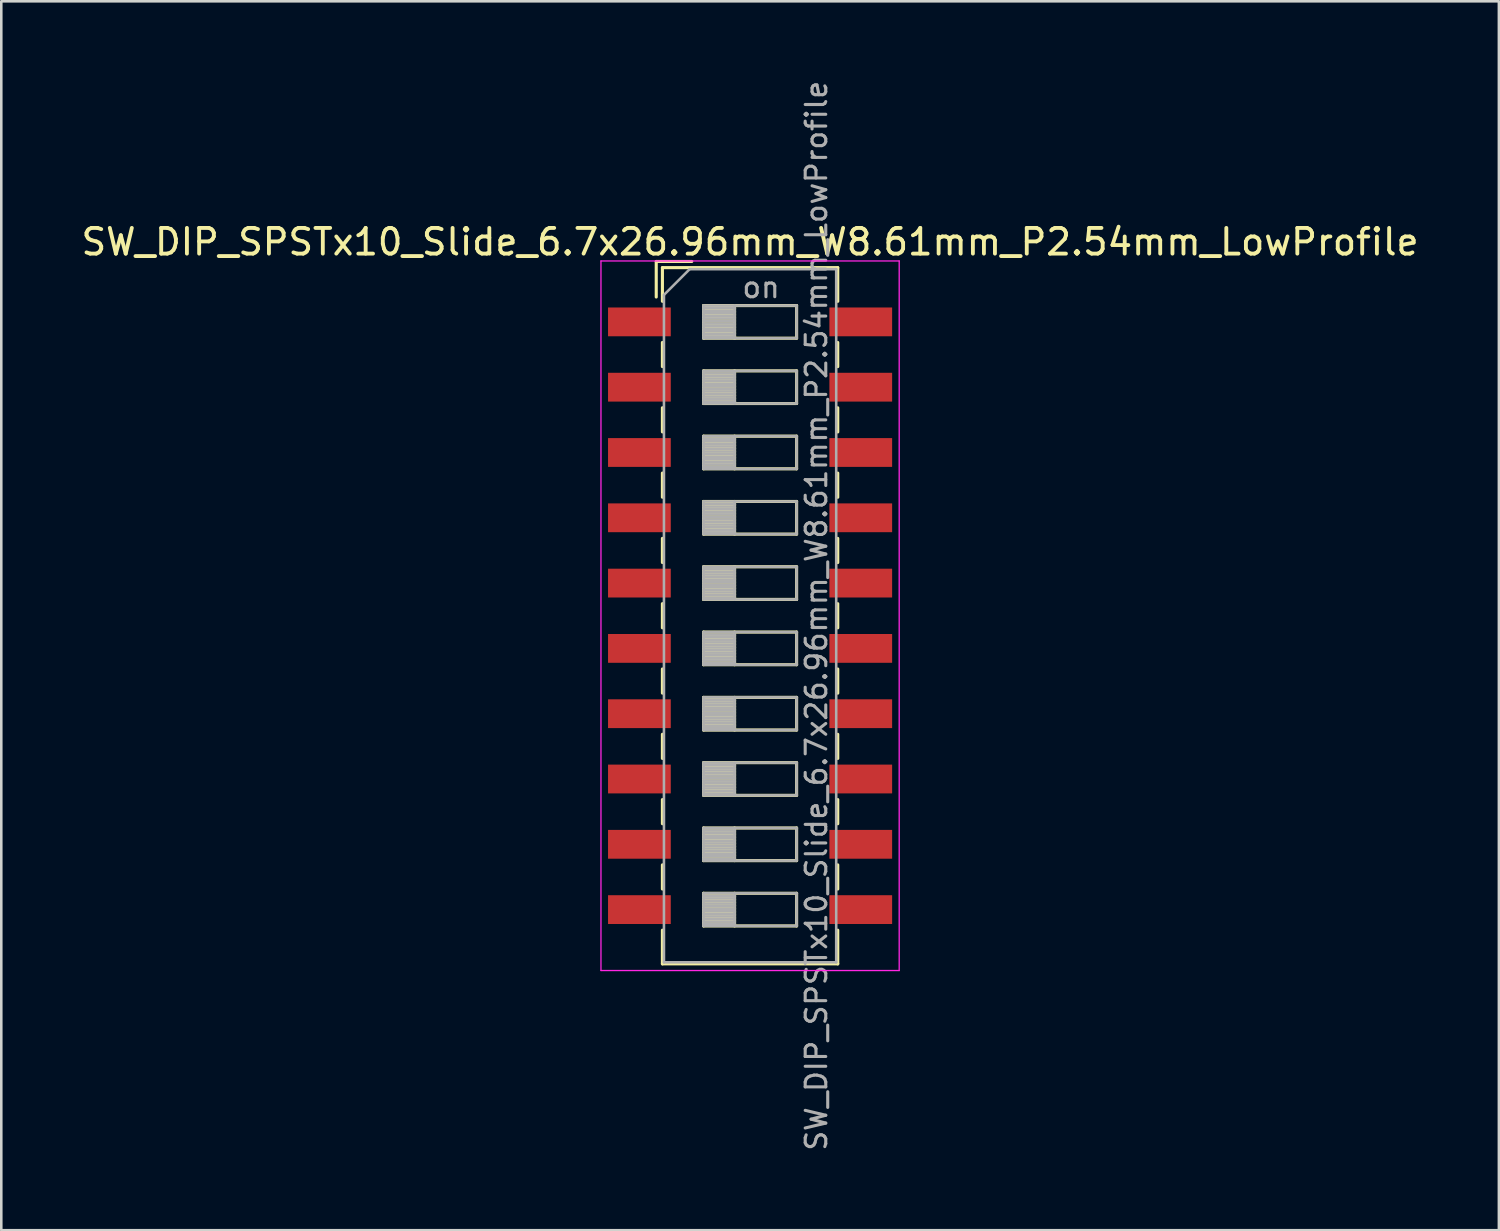
<source format=kicad_pcb>
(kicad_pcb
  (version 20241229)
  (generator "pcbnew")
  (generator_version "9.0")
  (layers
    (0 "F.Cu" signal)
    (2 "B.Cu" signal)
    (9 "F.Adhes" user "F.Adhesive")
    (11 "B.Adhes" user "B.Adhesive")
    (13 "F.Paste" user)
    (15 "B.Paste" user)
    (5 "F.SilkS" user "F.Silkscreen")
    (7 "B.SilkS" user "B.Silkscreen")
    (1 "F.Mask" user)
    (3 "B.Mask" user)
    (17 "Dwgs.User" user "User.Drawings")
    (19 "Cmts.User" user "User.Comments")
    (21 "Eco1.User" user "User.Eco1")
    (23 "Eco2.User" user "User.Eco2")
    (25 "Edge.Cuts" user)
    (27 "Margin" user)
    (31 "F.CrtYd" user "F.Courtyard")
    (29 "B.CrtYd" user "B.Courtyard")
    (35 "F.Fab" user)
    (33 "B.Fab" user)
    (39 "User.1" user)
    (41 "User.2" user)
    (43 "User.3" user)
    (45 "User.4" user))
  (footprint "SW_DIP_SPSTx10_Slide_6.7x26.96mm_W8.61mm_P2.54mm_LowProfile"
    (layer "F.Cu")
    (at 26.125 20.9)
    (property "Reference" "SW_DIP_SPSTx10_Slide_6.7x26.96mm_W8.61mm_P2.54mm_LowProfile" (at 0 -14.54 0) (layer "F.SilkS") (effects (font (size 1 1) (thickness 0.15))))
    (attr smd)
    (fp_line (start -3.65 -13.78) (end -3.65 -12.397) (stroke (width 0.12) (type solid)) (layer "F.SilkS"))
    (fp_line (start -3.65 -13.78) (end -2.267 -13.78) (stroke (width 0.12) (type solid)) (layer "F.SilkS"))
    (fp_line (start -3.41 -13.54) (end -3.41 -12.23) (stroke (width 0.12) (type solid)) (layer "F.SilkS"))
    (fp_line (start -3.41 -13.54) (end 3.41 -13.54) (stroke (width 0.12) (type solid)) (layer "F.SilkS"))
    (fp_line (start -3.41 -10.63) (end -3.41 -9.69) (stroke (width 0.12) (type solid)) (layer "F.SilkS"))
    (fp_line (start -3.41 -8.09) (end -3.41 -7.15) (stroke (width 0.12) (type solid)) (layer "F.SilkS"))
    (fp_line (start -3.41 -5.55) (end -3.41 -4.61) (stroke (width 0.12) (type solid)) (layer "F.SilkS"))
    (fp_line (start -3.41 -3.01) (end -3.41 -2.07) (stroke (width 0.12) (type solid)) (layer "F.SilkS"))
    (fp_line (start -3.41 -0.47) (end -3.41 0.47) (stroke (width 0.12) (type solid)) (layer "F.SilkS"))
    (fp_line (start -3.41 2.07) (end -3.41 3.01) (stroke (width 0.12) (type solid)) (layer "F.SilkS"))
    (fp_line (start -3.41 4.61) (end -3.41 5.55) (stroke (width 0.12) (type solid)) (layer "F.SilkS"))
    (fp_line (start -3.41 7.15) (end -3.41 8.09) (stroke (width 0.12) (type solid)) (layer "F.SilkS"))
    (fp_line (start -3.41 9.69) (end -3.41 10.63) (stroke (width 0.12) (type solid)) (layer "F.SilkS"))
    (fp_line (start -3.41 12.23) (end -3.41 13.541) (stroke (width 0.12) (type solid)) (layer "F.SilkS"))
    (fp_line (start -3.41 13.541) (end 3.41 13.541) (stroke (width 0.12) (type solid)) (layer "F.SilkS"))
    (fp_line (start -1.81 -12.065) (end -1.81 -10.795) (stroke (width 0.12) (type solid)) (layer "F.SilkS"))
    (fp_line (start -1.81 -11.945) (end -0.603 -11.945) (stroke (width 0.12) (type solid)) (layer "F.SilkS"))
    (fp_line (start -1.81 -11.825) (end -0.603 -11.825) (stroke (width 0.12) (type solid)) (layer "F.SilkS"))
    (fp_line (start -1.81 -11.705) (end -0.603 -11.705) (stroke (width 0.12) (type solid)) (layer "F.SilkS"))
    (fp_line (start -1.81 -11.585) (end -0.603 -11.585) (stroke (width 0.12) (type solid)) (layer "F.SilkS"))
    (fp_line (start -1.81 -11.465) (end -0.603 -11.465) (stroke (width 0.12) (type solid)) (layer "F.SilkS"))
    (fp_line (start -1.81 -11.345) (end -0.603 -11.345) (stroke (width 0.12) (type solid)) (layer "F.SilkS"))
    (fp_line (start -1.81 -11.225) (end -0.603 -11.225) (stroke (width 0.12) (type solid)) (layer "F.SilkS"))
    (fp_line (start -1.81 -11.105) (end -0.603 -11.105) (stroke (width 0.12) (type solid)) (layer "F.SilkS"))
    (fp_line (start -1.81 -10.985) (end -0.603 -10.985) (stroke (width 0.12) (type solid)) (layer "F.SilkS"))
    (fp_line (start -1.81 -10.865) (end -0.603 -10.865) (stroke (width 0.12) (type solid)) (layer "F.SilkS"))
    (fp_line (start -1.81 -10.795) (end 1.81 -10.795) (stroke (width 0.12) (type solid)) (layer "F.SilkS"))
    (fp_line (start -1.81 -9.525) (end -1.81 -8.255) (stroke (width 0.12) (type solid)) (layer "F.SilkS"))
    (fp_line (start -1.81 -9.405) (end -0.603 -9.405) (stroke (width 0.12) (type solid)) (layer "F.SilkS"))
    (fp_line (start -1.81 -9.285) (end -0.603 -9.285) (stroke (width 0.12) (type solid)) (layer "F.SilkS"))
    (fp_line (start -1.81 -9.165) (end -0.603 -9.165) (stroke (width 0.12) (type solid)) (layer "F.SilkS"))
    (fp_line (start -1.81 -9.045) (end -0.603 -9.045) (stroke (width 0.12) (type solid)) (layer "F.SilkS"))
    (fp_line (start -1.81 -8.925) (end -0.603 -8.925) (stroke (width 0.12) (type solid)) (layer "F.SilkS"))
    (fp_line (start -1.81 -8.805) (end -0.603 -8.805) (stroke (width 0.12) (type solid)) (layer "F.SilkS"))
    (fp_line (start -1.81 -8.685) (end -0.603 -8.685) (stroke (width 0.12) (type solid)) (layer "F.SilkS"))
    (fp_line (start -1.81 -8.565) (end -0.603 -8.565) (stroke (width 0.12) (type solid)) (layer "F.SilkS"))
    (fp_line (start -1.81 -8.445) (end -0.603 -8.445) (stroke (width 0.12) (type solid)) (layer "F.SilkS"))
    (fp_line (start -1.81 -8.325) (end -0.603 -8.325) (stroke (width 0.12) (type solid)) (layer "F.SilkS"))
    (fp_line (start -1.81 -8.255) (end 1.81 -8.255) (stroke (width 0.12) (type solid)) (layer "F.SilkS"))
    (fp_line (start -1.81 -6.985) (end -1.81 -5.715) (stroke (width 0.12) (type solid)) (layer "F.SilkS"))
    (fp_line (start -1.81 -6.865) (end -0.603 -6.865) (stroke (width 0.12) (type solid)) (layer "F.SilkS"))
    (fp_line (start -1.81 -6.745) (end -0.603 -6.745) (stroke (width 0.12) (type solid)) (layer "F.SilkS"))
    (fp_line (start -1.81 -6.625) (end -0.603 -6.625) (stroke (width 0.12) (type solid)) (layer "F.SilkS"))
    (fp_line (start -1.81 -6.505) (end -0.603 -6.505) (stroke (width 0.12) (type solid)) (layer "F.SilkS"))
    (fp_line (start -1.81 -6.385) (end -0.603 -6.385) (stroke (width 0.12) (type solid)) (layer "F.SilkS"))
    (fp_line (start -1.81 -6.265) (end -0.603 -6.265) (stroke (width 0.12) (type solid)) (layer "F.SilkS"))
    (fp_line (start -1.81 -6.145) (end -0.603 -6.145) (stroke (width 0.12) (type solid)) (layer "F.SilkS"))
    (fp_line (start -1.81 -6.025) (end -0.603 -6.025) (stroke (width 0.12) (type solid)) (layer "F.SilkS"))
    (fp_line (start -1.81 -5.905) (end -0.603 -5.905) (stroke (width 0.12) (type solid)) (layer "F.SilkS"))
    (fp_line (start -1.81 -5.785) (end -0.603 -5.785) (stroke (width 0.12) (type solid)) (layer "F.SilkS"))
    (fp_line (start -1.81 -5.715) (end 1.81 -5.715) (stroke (width 0.12) (type solid)) (layer "F.SilkS"))
    (fp_line (start -1.81 -4.445) (end -1.81 -3.175) (stroke (width 0.12) (type solid)) (layer "F.SilkS"))
    (fp_line (start -1.81 -4.325) (end -0.603 -4.325) (stroke (width 0.12) (type solid)) (layer "F.SilkS"))
    (fp_line (start -1.81 -4.205) (end -0.603 -4.205) (stroke (width 0.12) (type solid)) (layer "F.SilkS"))
    (fp_line (start -1.81 -4.085) (end -0.603 -4.085) (stroke (width 0.12) (type solid)) (layer "F.SilkS"))
    (fp_line (start -1.81 -3.965) (end -0.603 -3.965) (stroke (width 0.12) (type solid)) (layer "F.SilkS"))
    (fp_line (start -1.81 -3.845) (end -0.603 -3.845) (stroke (width 0.12) (type solid)) (layer "F.SilkS"))
    (fp_line (start -1.81 -3.725) (end -0.603 -3.725) (stroke (width 0.12) (type solid)) (layer "F.SilkS"))
    (fp_line (start -1.81 -3.605) (end -0.603 -3.605) (stroke (width 0.12) (type solid)) (layer "F.SilkS"))
    (fp_line (start -1.81 -3.485) (end -0.603 -3.485) (stroke (width 0.12) (type solid)) (layer "F.SilkS"))
    (fp_line (start -1.81 -3.365) (end -0.603 -3.365) (stroke (width 0.12) (type solid)) (layer "F.SilkS"))
    (fp_line (start -1.81 -3.245) (end -0.603 -3.245) (stroke (width 0.12) (type solid)) (layer "F.SilkS"))
    (fp_line (start -1.81 -3.175) (end 1.81 -3.175) (stroke (width 0.12) (type solid)) (layer "F.SilkS"))
    (fp_line (start -1.81 -1.905) (end -1.81 -0.635) (stroke (width 0.12) (type solid)) (layer "F.SilkS"))
    (fp_line (start -1.81 -1.785) (end -0.603 -1.785) (stroke (width 0.12) (type solid)) (layer "F.SilkS"))
    (fp_line (start -1.81 -1.665) (end -0.603 -1.665) (stroke (width 0.12) (type solid)) (layer "F.SilkS"))
    (fp_line (start -1.81 -1.545) (end -0.603 -1.545) (stroke (width 0.12) (type solid)) (layer "F.SilkS"))
    (fp_line (start -1.81 -1.425) (end -0.603 -1.425) (stroke (width 0.12) (type solid)) (layer "F.SilkS"))
    (fp_line (start -1.81 -1.305) (end -0.603 -1.305) (stroke (width 0.12) (type solid)) (layer "F.SilkS"))
    (fp_line (start -1.81 -1.185) (end -0.603 -1.185) (stroke (width 0.12) (type solid)) (layer "F.SilkS"))
    (fp_line (start -1.81 -1.065) (end -0.603 -1.065) (stroke (width 0.12) (type solid)) (layer "F.SilkS"))
    (fp_line (start -1.81 -0.945) (end -0.603 -0.945) (stroke (width 0.12) (type solid)) (layer "F.SilkS"))
    (fp_line (start -1.81 -0.825) (end -0.603 -0.825) (stroke (width 0.12) (type solid)) (layer "F.SilkS"))
    (fp_line (start -1.81 -0.705) (end -0.603 -0.705) (stroke (width 0.12) (type solid)) (layer "F.SilkS"))
    (fp_line (start -1.81 -0.635) (end 1.81 -0.635) (stroke (width 0.12) (type solid)) (layer "F.SilkS"))
    (fp_line (start -1.81 0.635) (end -1.81 1.905) (stroke (width 0.12) (type solid)) (layer "F.SilkS"))
    (fp_line (start -1.81 0.755) (end -0.603 0.755) (stroke (width 0.12) (type solid)) (layer "F.SilkS"))
    (fp_line (start -1.81 0.875) (end -0.603 0.875) (stroke (width 0.12) (type solid)) (layer "F.SilkS"))
    (fp_line (start -1.81 0.995) (end -0.603 0.995) (stroke (width 0.12) (type solid)) (layer "F.SilkS"))
    (fp_line (start -1.81 1.115) (end -0.603 1.115) (stroke (width 0.12) (type solid)) (layer "F.SilkS"))
    (fp_line (start -1.81 1.235) (end -0.603 1.235) (stroke (width 0.12) (type solid)) (layer "F.SilkS"))
    (fp_line (start -1.81 1.355) (end -0.603 1.355) (stroke (width 0.12) (type solid)) (layer "F.SilkS"))
    (fp_line (start -1.81 1.475) (end -0.603 1.475) (stroke (width 0.12) (type solid)) (layer "F.SilkS"))
    (fp_line (start -1.81 1.595) (end -0.603 1.595) (stroke (width 0.12) (type solid)) (layer "F.SilkS"))
    (fp_line (start -1.81 1.715) (end -0.603 1.715) (stroke (width 0.12) (type solid)) (layer "F.SilkS"))
    (fp_line (start -1.81 1.835) (end -0.603 1.835) (stroke (width 0.12) (type solid)) (layer "F.SilkS"))
    (fp_line (start -1.81 1.905) (end 1.81 1.905) (stroke (width 0.12) (type solid)) (layer "F.SilkS"))
    (fp_line (start -1.81 3.175) (end -1.81 4.445) (stroke (width 0.12) (type solid)) (layer "F.SilkS"))
    (fp_line (start -1.81 3.295) (end -0.603 3.295) (stroke (width 0.12) (type solid)) (layer "F.SilkS"))
    (fp_line (start -1.81 3.415) (end -0.603 3.415) (stroke (width 0.12) (type solid)) (layer "F.SilkS"))
    (fp_line (start -1.81 3.535) (end -0.603 3.535) (stroke (width 0.12) (type solid)) (layer "F.SilkS"))
    (fp_line (start -1.81 3.655) (end -0.603 3.655) (stroke (width 0.12) (type solid)) (layer "F.SilkS"))
    (fp_line (start -1.81 3.775) (end -0.603 3.775) (stroke (width 0.12) (type solid)) (layer "F.SilkS"))
    (fp_line (start -1.81 3.895) (end -0.603 3.895) (stroke (width 0.12) (type solid)) (layer "F.SilkS"))
    (fp_line (start -1.81 4.015) (end -0.603 4.015) (stroke (width 0.12) (type solid)) (layer "F.SilkS"))
    (fp_line (start -1.81 4.135) (end -0.603 4.135) (stroke (width 0.12) (type solid)) (layer "F.SilkS"))
    (fp_line (start -1.81 4.255) (end -0.603 4.255) (stroke (width 0.12) (type solid)) (layer "F.SilkS"))
    (fp_line (start -1.81 4.375) (end -0.603 4.375) (stroke (width 0.12) (type solid)) (layer "F.SilkS"))
    (fp_line (start -1.81 4.445) (end 1.81 4.445) (stroke (width 0.12) (type solid)) (layer "F.SilkS"))
    (fp_line (start -1.81 5.715) (end -1.81 6.985) (stroke (width 0.12) (type solid)) (layer "F.SilkS"))
    (fp_line (start -1.81 5.835) (end -0.603 5.835) (stroke (width 0.12) (type solid)) (layer "F.SilkS"))
    (fp_line (start -1.81 5.955) (end -0.603 5.955) (stroke (width 0.12) (type solid)) (layer "F.SilkS"))
    (fp_line (start -1.81 6.075) (end -0.603 6.075) (stroke (width 0.12) (type solid)) (layer "F.SilkS"))
    (fp_line (start -1.81 6.195) (end -0.603 6.195) (stroke (width 0.12) (type solid)) (layer "F.SilkS"))
    (fp_line (start -1.81 6.315) (end -0.603 6.315) (stroke (width 0.12) (type solid)) (layer "F.SilkS"))
    (fp_line (start -1.81 6.435) (end -0.603 6.435) (stroke (width 0.12) (type solid)) (layer "F.SilkS"))
    (fp_line (start -1.81 6.555) (end -0.603 6.555) (stroke (width 0.12) (type solid)) (layer "F.SilkS"))
    (fp_line (start -1.81 6.675) (end -0.603 6.675) (stroke (width 0.12) (type solid)) (layer "F.SilkS"))
    (fp_line (start -1.81 6.795) (end -0.603 6.795) (stroke (width 0.12) (type solid)) (layer "F.SilkS"))
    (fp_line (start -1.81 6.915) (end -0.603 6.915) (stroke (width 0.12) (type solid)) (layer "F.SilkS"))
    (fp_line (start -1.81 6.985) (end 1.81 6.985) (stroke (width 0.12) (type solid)) (layer "F.SilkS"))
    (fp_line (start -1.81 8.255) (end -1.81 9.525) (stroke (width 0.12) (type solid)) (layer "F.SilkS"))
    (fp_line (start -1.81 8.375) (end -0.603 8.375) (stroke (width 0.12) (type solid)) (layer "F.SilkS"))
    (fp_line (start -1.81 8.495) (end -0.603 8.495) (stroke (width 0.12) (type solid)) (layer "F.SilkS"))
    (fp_line (start -1.81 8.615) (end -0.603 8.615) (stroke (width 0.12) (type solid)) (layer "F.SilkS"))
    (fp_line (start -1.81 8.735) (end -0.603 8.735) (stroke (width 0.12) (type solid)) (layer "F.SilkS"))
    (fp_line (start -1.81 8.855) (end -0.603 8.855) (stroke (width 0.12) (type solid)) (layer "F.SilkS"))
    (fp_line (start -1.81 8.975) (end -0.603 8.975) (stroke (width 0.12) (type solid)) (layer "F.SilkS"))
    (fp_line (start -1.81 9.095) (end -0.603 9.095) (stroke (width 0.12) (type solid)) (layer "F.SilkS"))
    (fp_line (start -1.81 9.215) (end -0.603 9.215) (stroke (width 0.12) (type solid)) (layer "F.SilkS"))
    (fp_line (start -1.81 9.335) (end -0.603 9.335) (stroke (width 0.12) (type solid)) (layer "F.SilkS"))
    (fp_line (start -1.81 9.455) (end -0.603 9.455) (stroke (width 0.12) (type solid)) (layer "F.SilkS"))
    (fp_line (start -1.81 9.525) (end 1.81 9.525) (stroke (width 0.12) (type solid)) (layer "F.SilkS"))
    (fp_line (start -1.81 10.795) (end -1.81 12.065) (stroke (width 0.12) (type solid)) (layer "F.SilkS"))
    (fp_line (start -1.81 10.915) (end -0.603 10.915) (stroke (width 0.12) (type solid)) (layer "F.SilkS"))
    (fp_line (start -1.81 11.035) (end -0.603 11.035) (stroke (width 0.12) (type solid)) (layer "F.SilkS"))
    (fp_line (start -1.81 11.155) (end -0.603 11.155) (stroke (width 0.12) (type solid)) (layer "F.SilkS"))
    (fp_line (start -1.81 11.275) (end -0.603 11.275) (stroke (width 0.12) (type solid)) (layer "F.SilkS"))
    (fp_line (start -1.81 11.395) (end -0.603 11.395) (stroke (width 0.12) (type solid)) (layer "F.SilkS"))
    (fp_line (start -1.81 11.515) (end -0.603 11.515) (stroke (width 0.12) (type solid)) (layer "F.SilkS"))
    (fp_line (start -1.81 11.635) (end -0.603 11.635) (stroke (width 0.12) (type solid)) (layer "F.SilkS"))
    (fp_line (start -1.81 11.755) (end -0.603 11.755) (stroke (width 0.12) (type solid)) (layer "F.SilkS"))
    (fp_line (start -1.81 11.875) (end -0.603 11.875) (stroke (width 0.12) (type solid)) (layer "F.SilkS"))
    (fp_line (start -1.81 11.995) (end -0.603 11.995) (stroke (width 0.12) (type solid)) (layer "F.SilkS"))
    (fp_line (start -1.81 12.065) (end 1.81 12.065) (stroke (width 0.12) (type solid)) (layer "F.SilkS"))
    (fp_line (start -0.603 -12.065) (end -0.603 -10.795) (stroke (width 0.12) (type solid)) (layer "F.SilkS"))
    (fp_line (start -0.603 -9.525) (end -0.603 -8.255) (stroke (width 0.12) (type solid)) (layer "F.SilkS"))
    (fp_line (start -0.603 -6.985) (end -0.603 -5.715) (stroke (width 0.12) (type solid)) (layer "F.SilkS"))
    (fp_line (start -0.603 -4.445) (end -0.603 -3.175) (stroke (width 0.12) (type solid)) (layer "F.SilkS"))
    (fp_line (start -0.603 -1.905) (end -0.603 -0.635) (stroke (width 0.12) (type solid)) (layer "F.SilkS"))
    (fp_line (start -0.603 0.635) (end -0.603 1.905) (stroke (width 0.12) (type solid)) (layer "F.SilkS"))
    (fp_line (start -0.603 3.175) (end -0.603 4.445) (stroke (width 0.12) (type solid)) (layer "F.SilkS"))
    (fp_line (start -0.603 5.715) (end -0.603 6.985) (stroke (width 0.12) (type solid)) (layer "F.SilkS"))
    (fp_line (start -0.603 8.255) (end -0.603 9.525) (stroke (width 0.12) (type solid)) (layer "F.SilkS"))
    (fp_line (start -0.603 10.795) (end -0.603 12.065) (stroke (width 0.12) (type solid)) (layer "F.SilkS"))
    (fp_line (start 1.81 -12.065) (end -1.81 -12.065) (stroke (width 0.12) (type solid)) (layer "F.SilkS"))
    (fp_line (start 1.81 -10.795) (end 1.81 -12.065) (stroke (width 0.12) (type solid)) (layer "F.SilkS"))
    (fp_line (start 1.81 -9.525) (end -1.81 -9.525) (stroke (width 0.12) (type solid)) (layer "F.SilkS"))
    (fp_line (start 1.81 -8.255) (end 1.81 -9.525) (stroke (width 0.12) (type solid)) (layer "F.SilkS"))
    (fp_line (start 1.81 -6.985) (end -1.81 -6.985) (stroke (width 0.12) (type solid)) (layer "F.SilkS"))
    (fp_line (start 1.81 -5.715) (end 1.81 -6.985) (stroke (width 0.12) (type solid)) (layer "F.SilkS"))
    (fp_line (start 1.81 -4.445) (end -1.81 -4.445) (stroke (width 0.12) (type solid)) (layer "F.SilkS"))
    (fp_line (start 1.81 -3.175) (end 1.81 -4.445) (stroke (width 0.12) (type solid)) (layer "F.SilkS"))
    (fp_line (start 1.81 -1.905) (end -1.81 -1.905) (stroke (width 0.12) (type solid)) (layer "F.SilkS"))
    (fp_line (start 1.81 -0.635) (end 1.81 -1.905) (stroke (width 0.12) (type solid)) (layer "F.SilkS"))
    (fp_line (start 1.81 0.635) (end -1.81 0.635) (stroke (width 0.12) (type solid)) (layer "F.SilkS"))
    (fp_line (start 1.81 1.905) (end 1.81 0.635) (stroke (width 0.12) (type solid)) (layer "F.SilkS"))
    (fp_line (start 1.81 3.175) (end -1.81 3.175) (stroke (width 0.12) (type solid)) (layer "F.SilkS"))
    (fp_line (start 1.81 4.445) (end 1.81 3.175) (stroke (width 0.12) (type solid)) (layer "F.SilkS"))
    (fp_line (start 1.81 5.715) (end -1.81 5.715) (stroke (width 0.12) (type solid)) (layer "F.SilkS"))
    (fp_line (start 1.81 6.985) (end 1.81 5.715) (stroke (width 0.12) (type solid)) (layer "F.SilkS"))
    (fp_line (start 1.81 8.255) (end -1.81 8.255) (stroke (width 0.12) (type solid)) (layer "F.SilkS"))
    (fp_line (start 1.81 9.525) (end 1.81 8.255) (stroke (width 0.12) (type solid)) (layer "F.SilkS"))
    (fp_line (start 1.81 10.795) (end -1.81 10.795) (stroke (width 0.12) (type solid)) (layer "F.SilkS"))
    (fp_line (start 1.81 12.065) (end 1.81 10.795) (stroke (width 0.12) (type solid)) (layer "F.SilkS"))
    (fp_line (start 3.41 -13.54) (end 3.41 -12.23) (stroke (width 0.12) (type solid)) (layer "F.SilkS"))
    (fp_line (start 3.41 -10.629) (end 3.41 -9.689) (stroke (width 0.12) (type solid)) (layer "F.SilkS"))
    (fp_line (start 3.41 -8.089) (end 3.41 -7.149) (stroke (width 0.12) (type solid)) (layer "F.SilkS"))
    (fp_line (start 3.41 -5.549) (end 3.41 -4.609) (stroke (width 0.12) (type solid)) (layer "F.SilkS"))
    (fp_line (start 3.41 -3.009) (end 3.41 -2.069) (stroke (width 0.12) (type solid)) (layer "F.SilkS"))
    (fp_line (start 3.41 -0.469) (end 3.41 0.471) (stroke (width 0.12) (type solid)) (layer "F.SilkS"))
    (fp_line (start 3.41 2.071) (end 3.41 3.011) (stroke (width 0.12) (type solid)) (layer "F.SilkS"))
    (fp_line (start 3.41 4.611) (end 3.41 5.55) (stroke (width 0.12) (type solid)) (layer "F.SilkS"))
    (fp_line (start 3.41 7.15) (end 3.41 8.09) (stroke (width 0.12) (type solid)) (layer "F.SilkS"))
    (fp_line (start 3.41 9.69) (end 3.41 10.63) (stroke (width 0.12) (type solid)) (layer "F.SilkS"))
    (fp_line (start 3.41 12.23) (end 3.41 13.541) (stroke (width 0.12) (type solid)) (layer "F.SilkS"))
    (fp_line (start -5.8 -13.8) (end -5.8 13.8) (stroke (width 0.05) (type solid)) (layer "F.CrtYd"))
    (fp_line (start -5.8 13.8) (end 5.8 13.8) (stroke (width 0.05) (type solid)) (layer "F.CrtYd"))
    (fp_line (start 5.8 -13.8) (end -5.8 -13.8) (stroke (width 0.05) (type solid)) (layer "F.CrtYd"))
    (fp_line (start 5.8 13.8) (end 5.8 -13.8) (stroke (width 0.05) (type solid)) (layer "F.CrtYd"))
    (fp_line (start -3.35 -12.48) (end -2.35 -13.48) (stroke (width 0.1) (type solid)) (layer "F.Fab"))
    (fp_line (start -3.35 13.48) (end -3.35 -12.48) (stroke (width 0.1) (type solid)) (layer "F.Fab"))
    (fp_line (start -2.35 -13.48) (end 3.35 -13.48) (stroke (width 0.1) (type solid)) (layer "F.Fab"))
    (fp_line (start -1.81 -12.065) (end -1.81 -10.795) (stroke (width 0.1) (type solid)) (layer "F.Fab"))
    (fp_line (start -1.81 -11.965) (end -0.603 -11.965) (stroke (width 0.1) (type solid)) (layer "F.Fab"))
    (fp_line (start -1.81 -11.865) (end -0.603 -11.865) (stroke (width 0.1) (type solid)) (layer "F.Fab"))
    (fp_line (start -1.81 -11.765) (end -0.603 -11.765) (stroke (width 0.1) (type solid)) (layer "F.Fab"))
    (fp_line (start -1.81 -11.665) (end -0.603 -11.665) (stroke (width 0.1) (type solid)) (layer "F.Fab"))
    (fp_line (start -1.81 -11.565) (end -0.603 -11.565) (stroke (width 0.1) (type solid)) (layer "F.Fab"))
    (fp_line (start -1.81 -11.465) (end -0.603 -11.465) (stroke (width 0.1) (type solid)) (layer "F.Fab"))
    (fp_line (start -1.81 -11.365) (end -0.603 -11.365) (stroke (width 0.1) (type solid)) (layer "F.Fab"))
    (fp_line (start -1.81 -11.265) (end -0.603 -11.265) (stroke (width 0.1) (type solid)) (layer "F.Fab"))
    (fp_line (start -1.81 -11.165) (end -0.603 -11.165) (stroke (width 0.1) (type solid)) (layer "F.Fab"))
    (fp_line (start -1.81 -11.065) (end -0.603 -11.065) (stroke (width 0.1) (type solid)) (layer "F.Fab"))
    (fp_line (start -1.81 -10.965) (end -0.603 -10.965) (stroke (width 0.1) (type solid)) (layer "F.Fab"))
    (fp_line (start -1.81 -10.865) (end -0.603 -10.865) (stroke (width 0.1) (type solid)) (layer "F.Fab"))
    (fp_line (start -1.81 -10.795) (end 1.81 -10.795) (stroke (width 0.1) (type solid)) (layer "F.Fab"))
    (fp_line (start -1.81 -9.525) (end -1.81 -8.255) (stroke (width 0.1) (type solid)) (layer "F.Fab"))
    (fp_line (start -1.81 -9.425) (end -0.603 -9.425) (stroke (width 0.1) (type solid)) (layer "F.Fab"))
    (fp_line (start -1.81 -9.325) (end -0.603 -9.325) (stroke (width 0.1) (type solid)) (layer "F.Fab"))
    (fp_line (start -1.81 -9.225) (end -0.603 -9.225) (stroke (width 0.1) (type solid)) (layer "F.Fab"))
    (fp_line (start -1.81 -9.125) (end -0.603 -9.125) (stroke (width 0.1) (type solid)) (layer "F.Fab"))
    (fp_line (start -1.81 -9.025) (end -0.603 -9.025) (stroke (width 0.1) (type solid)) (layer "F.Fab"))
    (fp_line (start -1.81 -8.925) (end -0.603 -8.925) (stroke (width 0.1) (type solid)) (layer "F.Fab"))
    (fp_line (start -1.81 -8.825) (end -0.603 -8.825) (stroke (width 0.1) (type solid)) (layer "F.Fab"))
    (fp_line (start -1.81 -8.725) (end -0.603 -8.725) (stroke (width 0.1) (type solid)) (layer "F.Fab"))
    (fp_line (start -1.81 -8.625) (end -0.603 -8.625) (stroke (width 0.1) (type solid)) (layer "F.Fab"))
    (fp_line (start -1.81 -8.525) (end -0.603 -8.525) (stroke (width 0.1) (type solid)) (layer "F.Fab"))
    (fp_line (start -1.81 -8.425) (end -0.603 -8.425) (stroke (width 0.1) (type solid)) (layer "F.Fab"))
    (fp_line (start -1.81 -8.325) (end -0.603 -8.325) (stroke (width 0.1) (type solid)) (layer "F.Fab"))
    (fp_line (start -1.81 -8.255) (end 1.81 -8.255) (stroke (width 0.1) (type solid)) (layer "F.Fab"))
    (fp_line (start -1.81 -6.985) (end -1.81 -5.715) (stroke (width 0.1) (type solid)) (layer "F.Fab"))
    (fp_line (start -1.81 -6.885) (end -0.603 -6.885) (stroke (width 0.1) (type solid)) (layer "F.Fab"))
    (fp_line (start -1.81 -6.785) (end -0.603 -6.785) (stroke (width 0.1) (type solid)) (layer "F.Fab"))
    (fp_line (start -1.81 -6.685) (end -0.603 -6.685) (stroke (width 0.1) (type solid)) (layer "F.Fab"))
    (fp_line (start -1.81 -6.585) (end -0.603 -6.585) (stroke (width 0.1) (type solid)) (layer "F.Fab"))
    (fp_line (start -1.81 -6.485) (end -0.603 -6.485) (stroke (width 0.1) (type solid)) (layer "F.Fab"))
    (fp_line (start -1.81 -6.385) (end -0.603 -6.385) (stroke (width 0.1) (type solid)) (layer "F.Fab"))
    (fp_line (start -1.81 -6.285) (end -0.603 -6.285) (stroke (width 0.1) (type solid)) (layer "F.Fab"))
    (fp_line (start -1.81 -6.185) (end -0.603 -6.185) (stroke (width 0.1) (type solid)) (layer "F.Fab"))
    (fp_line (start -1.81 -6.085) (end -0.603 -6.085) (stroke (width 0.1) (type solid)) (layer "F.Fab"))
    (fp_line (start -1.81 -5.985) (end -0.603 -5.985) (stroke (width 0.1) (type solid)) (layer "F.Fab"))
    (fp_line (start -1.81 -5.885) (end -0.603 -5.885) (stroke (width 0.1) (type solid)) (layer "F.Fab"))
    (fp_line (start -1.81 -5.785) (end -0.603 -5.785) (stroke (width 0.1) (type solid)) (layer "F.Fab"))
    (fp_line (start -1.81 -5.715) (end 1.81 -5.715) (stroke (width 0.1) (type solid)) (layer "F.Fab"))
    (fp_line (start -1.81 -4.445) (end -1.81 -3.175) (stroke (width 0.1) (type solid)) (layer "F.Fab"))
    (fp_line (start -1.81 -4.345) (end -0.603 -4.345) (stroke (width 0.1) (type solid)) (layer "F.Fab"))
    (fp_line (start -1.81 -4.245) (end -0.603 -4.245) (stroke (width 0.1) (type solid)) (layer "F.Fab"))
    (fp_line (start -1.81 -4.145) (end -0.603 -4.145) (stroke (width 0.1) (type solid)) (layer "F.Fab"))
    (fp_line (start -1.81 -4.045) (end -0.603 -4.045) (stroke (width 0.1) (type solid)) (layer "F.Fab"))
    (fp_line (start -1.81 -3.945) (end -0.603 -3.945) (stroke (width 0.1) (type solid)) (layer "F.Fab"))
    (fp_line (start -1.81 -3.845) (end -0.603 -3.845) (stroke (width 0.1) (type solid)) (layer "F.Fab"))
    (fp_line (start -1.81 -3.745) (end -0.603 -3.745) (stroke (width 0.1) (type solid)) (layer "F.Fab"))
    (fp_line (start -1.81 -3.645) (end -0.603 -3.645) (stroke (width 0.1) (type solid)) (layer "F.Fab"))
    (fp_line (start -1.81 -3.545) (end -0.603 -3.545) (stroke (width 0.1) (type solid)) (layer "F.Fab"))
    (fp_line (start -1.81 -3.445) (end -0.603 -3.445) (stroke (width 0.1) (type solid)) (layer "F.Fab"))
    (fp_line (start -1.81 -3.345) (end -0.603 -3.345) (stroke (width 0.1) (type solid)) (layer "F.Fab"))
    (fp_line (start -1.81 -3.245) (end -0.603 -3.245) (stroke (width 0.1) (type solid)) (layer "F.Fab"))
    (fp_line (start -1.81 -3.175) (end 1.81 -3.175) (stroke (width 0.1) (type solid)) (layer "F.Fab"))
    (fp_line (start -1.81 -1.905) (end -1.81 -0.635) (stroke (width 0.1) (type solid)) (layer "F.Fab"))
    (fp_line (start -1.81 -1.805) (end -0.603 -1.805) (stroke (width 0.1) (type solid)) (layer "F.Fab"))
    (fp_line (start -1.81 -1.705) (end -0.603 -1.705) (stroke (width 0.1) (type solid)) (layer "F.Fab"))
    (fp_line (start -1.81 -1.605) (end -0.603 -1.605) (stroke (width 0.1) (type solid)) (layer "F.Fab"))
    (fp_line (start -1.81 -1.505) (end -0.603 -1.505) (stroke (width 0.1) (type solid)) (layer "F.Fab"))
    (fp_line (start -1.81 -1.405) (end -0.603 -1.405) (stroke (width 0.1) (type solid)) (layer "F.Fab"))
    (fp_line (start -1.81 -1.305) (end -0.603 -1.305) (stroke (width 0.1) (type solid)) (layer "F.Fab"))
    (fp_line (start -1.81 -1.205) (end -0.603 -1.205) (stroke (width 0.1) (type solid)) (layer "F.Fab"))
    (fp_line (start -1.81 -1.105) (end -0.603 -1.105) (stroke (width 0.1) (type solid)) (layer "F.Fab"))
    (fp_line (start -1.81 -1.005) (end -0.603 -1.005) (stroke (width 0.1) (type solid)) (layer "F.Fab"))
    (fp_line (start -1.81 -0.905) (end -0.603 -0.905) (stroke (width 0.1) (type solid)) (layer "F.Fab"))
    (fp_line (start -1.81 -0.805) (end -0.603 -0.805) (stroke (width 0.1) (type solid)) (layer "F.Fab"))
    (fp_line (start -1.81 -0.705) (end -0.603 -0.705) (stroke (width 0.1) (type solid)) (layer "F.Fab"))
    (fp_line (start -1.81 -0.635) (end 1.81 -0.635) (stroke (width 0.1) (type solid)) (layer "F.Fab"))
    (fp_line (start -1.81 0.635) (end -1.81 1.905) (stroke (width 0.1) (type solid)) (layer "F.Fab"))
    (fp_line (start -1.81 0.735) (end -0.603 0.735) (stroke (width 0.1) (type solid)) (layer "F.Fab"))
    (fp_line (start -1.81 0.835) (end -0.603 0.835) (stroke (width 0.1) (type solid)) (layer "F.Fab"))
    (fp_line (start -1.81 0.935) (end -0.603 0.935) (stroke (width 0.1) (type solid)) (layer "F.Fab"))
    (fp_line (start -1.81 1.035) (end -0.603 1.035) (stroke (width 0.1) (type solid)) (layer "F.Fab"))
    (fp_line (start -1.81 1.135) (end -0.603 1.135) (stroke (width 0.1) (type solid)) (layer "F.Fab"))
    (fp_line (start -1.81 1.235) (end -0.603 1.235) (stroke (width 0.1) (type solid)) (layer "F.Fab"))
    (fp_line (start -1.81 1.335) (end -0.603 1.335) (stroke (width 0.1) (type solid)) (layer "F.Fab"))
    (fp_line (start -1.81 1.435) (end -0.603 1.435) (stroke (width 0.1) (type solid)) (layer "F.Fab"))
    (fp_line (start -1.81 1.535) (end -0.603 1.535) (stroke (width 0.1) (type solid)) (layer "F.Fab"))
    (fp_line (start -1.81 1.635) (end -0.603 1.635) (stroke (width 0.1) (type solid)) (layer "F.Fab"))
    (fp_line (start -1.81 1.735) (end -0.603 1.735) (stroke (width 0.1) (type solid)) (layer "F.Fab"))
    (fp_line (start -1.81 1.835) (end -0.603 1.835) (stroke (width 0.1) (type solid)) (layer "F.Fab"))
    (fp_line (start -1.81 1.905) (end 1.81 1.905) (stroke (width 0.1) (type solid)) (layer "F.Fab"))
    (fp_line (start -1.81 3.175) (end -1.81 4.445) (stroke (width 0.1) (type solid)) (layer "F.Fab"))
    (fp_line (start -1.81 3.275) (end -0.603 3.275) (stroke (width 0.1) (type solid)) (layer "F.Fab"))
    (fp_line (start -1.81 3.375) (end -0.603 3.375) (stroke (width 0.1) (type solid)) (layer "F.Fab"))
    (fp_line (start -1.81 3.475) (end -0.603 3.475) (stroke (width 0.1) (type solid)) (layer "F.Fab"))
    (fp_line (start -1.81 3.575) (end -0.603 3.575) (stroke (width 0.1) (type solid)) (layer "F.Fab"))
    (fp_line (start -1.81 3.675) (end -0.603 3.675) (stroke (width 0.1) (type solid)) (layer "F.Fab"))
    (fp_line (start -1.81 3.775) (end -0.603 3.775) (stroke (width 0.1) (type solid)) (layer "F.Fab"))
    (fp_line (start -1.81 3.875) (end -0.603 3.875) (stroke (width 0.1) (type solid)) (layer "F.Fab"))
    (fp_line (start -1.81 3.975) (end -0.603 3.975) (stroke (width 0.1) (type solid)) (layer "F.Fab"))
    (fp_line (start -1.81 4.075) (end -0.603 4.075) (stroke (width 0.1) (type solid)) (layer "F.Fab"))
    (fp_line (start -1.81 4.175) (end -0.603 4.175) (stroke (width 0.1) (type solid)) (layer "F.Fab"))
    (fp_line (start -1.81 4.275) (end -0.603 4.275) (stroke (width 0.1) (type solid)) (layer "F.Fab"))
    (fp_line (start -1.81 4.375) (end -0.603 4.375) (stroke (width 0.1) (type solid)) (layer "F.Fab"))
    (fp_line (start -1.81 4.445) (end 1.81 4.445) (stroke (width 0.1) (type solid)) (layer "F.Fab"))
    (fp_line (start -1.81 5.715) (end -1.81 6.985) (stroke (width 0.1) (type solid)) (layer "F.Fab"))
    (fp_line (start -1.81 5.815) (end -0.603 5.815) (stroke (width 0.1) (type solid)) (layer "F.Fab"))
    (fp_line (start -1.81 5.915) (end -0.603 5.915) (stroke (width 0.1) (type solid)) (layer "F.Fab"))
    (fp_line (start -1.81 6.015) (end -0.603 6.015) (stroke (width 0.1) (type solid)) (layer "F.Fab"))
    (fp_line (start -1.81 6.115) (end -0.603 6.115) (stroke (width 0.1) (type solid)) (layer "F.Fab"))
    (fp_line (start -1.81 6.215) (end -0.603 6.215) (stroke (width 0.1) (type solid)) (layer "F.Fab"))
    (fp_line (start -1.81 6.315) (end -0.603 6.315) (stroke (width 0.1) (type solid)) (layer "F.Fab"))
    (fp_line (start -1.81 6.415) (end -0.603 6.415) (stroke (width 0.1) (type solid)) (layer "F.Fab"))
    (fp_line (start -1.81 6.515) (end -0.603 6.515) (stroke (width 0.1) (type solid)) (layer "F.Fab"))
    (fp_line (start -1.81 6.615) (end -0.603 6.615) (stroke (width 0.1) (type solid)) (layer "F.Fab"))
    (fp_line (start -1.81 6.715) (end -0.603 6.715) (stroke (width 0.1) (type solid)) (layer "F.Fab"))
    (fp_line (start -1.81 6.815) (end -0.603 6.815) (stroke (width 0.1) (type solid)) (layer "F.Fab"))
    (fp_line (start -1.81 6.915) (end -0.603 6.915) (stroke (width 0.1) (type solid)) (layer "F.Fab"))
    (fp_line (start -1.81 6.985) (end 1.81 6.985) (stroke (width 0.1) (type solid)) (layer "F.Fab"))
    (fp_line (start -1.81 8.255) (end -1.81 9.525) (stroke (width 0.1) (type solid)) (layer "F.Fab"))
    (fp_line (start -1.81 8.355) (end -0.603 8.355) (stroke (width 0.1) (type solid)) (layer "F.Fab"))
    (fp_line (start -1.81 8.455) (end -0.603 8.455) (stroke (width 0.1) (type solid)) (layer "F.Fab"))
    (fp_line (start -1.81 8.555) (end -0.603 8.555) (stroke (width 0.1) (type solid)) (layer "F.Fab"))
    (fp_line (start -1.81 8.655) (end -0.603 8.655) (stroke (width 0.1) (type solid)) (layer "F.Fab"))
    (fp_line (start -1.81 8.755) (end -0.603 8.755) (stroke (width 0.1) (type solid)) (layer "F.Fab"))
    (fp_line (start -1.81 8.855) (end -0.603 8.855) (stroke (width 0.1) (type solid)) (layer "F.Fab"))
    (fp_line (start -1.81 8.955) (end -0.603 8.955) (stroke (width 0.1) (type solid)) (layer "F.Fab"))
    (fp_line (start -1.81 9.055) (end -0.603 9.055) (stroke (width 0.1) (type solid)) (layer "F.Fab"))
    (fp_line (start -1.81 9.155) (end -0.603 9.155) (stroke (width 0.1) (type solid)) (layer "F.Fab"))
    (fp_line (start -1.81 9.255) (end -0.603 9.255) (stroke (width 0.1) (type solid)) (layer "F.Fab"))
    (fp_line (start -1.81 9.355) (end -0.603 9.355) (stroke (width 0.1) (type solid)) (layer "F.Fab"))
    (fp_line (start -1.81 9.455) (end -0.603 9.455) (stroke (width 0.1) (type solid)) (layer "F.Fab"))
    (fp_line (start -1.81 9.525) (end 1.81 9.525) (stroke (width 0.1) (type solid)) (layer "F.Fab"))
    (fp_line (start -1.81 10.795) (end -1.81 12.065) (stroke (width 0.1) (type solid)) (layer "F.Fab"))
    (fp_line (start -1.81 10.895) (end -0.603 10.895) (stroke (width 0.1) (type solid)) (layer "F.Fab"))
    (fp_line (start -1.81 10.995) (end -0.603 10.995) (stroke (width 0.1) (type solid)) (layer "F.Fab"))
    (fp_line (start -1.81 11.095) (end -0.603 11.095) (stroke (width 0.1) (type solid)) (layer "F.Fab"))
    (fp_line (start -1.81 11.195) (end -0.603 11.195) (stroke (width 0.1) (type solid)) (layer "F.Fab"))
    (fp_line (start -1.81 11.295) (end -0.603 11.295) (stroke (width 0.1) (type solid)) (layer "F.Fab"))
    (fp_line (start -1.81 11.395) (end -0.603 11.395) (stroke (width 0.1) (type solid)) (layer "F.Fab"))
    (fp_line (start -1.81 11.495) (end -0.603 11.495) (stroke (width 0.1) (type solid)) (layer "F.Fab"))
    (fp_line (start -1.81 11.595) (end -0.603 11.595) (stroke (width 0.1) (type solid)) (layer "F.Fab"))
    (fp_line (start -1.81 11.695) (end -0.603 11.695) (stroke (width 0.1) (type solid)) (layer "F.Fab"))
    (fp_line (start -1.81 11.795) (end -0.603 11.795) (stroke (width 0.1) (type solid)) (layer "F.Fab"))
    (fp_line (start -1.81 11.895) (end -0.603 11.895) (stroke (width 0.1) (type solid)) (layer "F.Fab"))
    (fp_line (start -1.81 11.995) (end -0.603 11.995) (stroke (width 0.1) (type solid)) (layer "F.Fab"))
    (fp_line (start -1.81 12.065) (end 1.81 12.065) (stroke (width 0.1) (type solid)) (layer "F.Fab"))
    (fp_line (start -0.603 -12.065) (end -0.603 -10.795) (stroke (width 0.1) (type solid)) (layer "F.Fab"))
    (fp_line (start -0.603 -9.525) (end -0.603 -8.255) (stroke (width 0.1) (type solid)) (layer "F.Fab"))
    (fp_line (start -0.603 -6.985) (end -0.603 -5.715) (stroke (width 0.1) (type solid)) (layer "F.Fab"))
    (fp_line (start -0.603 -4.445) (end -0.603 -3.175) (stroke (width 0.1) (type solid)) (layer "F.Fab"))
    (fp_line (start -0.603 -1.905) (end -0.603 -0.635) (stroke (width 0.1) (type solid)) (layer "F.Fab"))
    (fp_line (start -0.603 0.635) (end -0.603 1.905) (stroke (width 0.1) (type solid)) (layer "F.Fab"))
    (fp_line (start -0.603 3.175) (end -0.603 4.445) (stroke (width 0.1) (type solid)) (layer "F.Fab"))
    (fp_line (start -0.603 5.715) (end -0.603 6.985) (stroke (width 0.1) (type solid)) (layer "F.Fab"))
    (fp_line (start -0.603 8.255) (end -0.603 9.525) (stroke (width 0.1) (type solid)) (layer "F.Fab"))
    (fp_line (start -0.603 10.795) (end -0.603 12.065) (stroke (width 0.1) (type solid)) (layer "F.Fab"))
    (fp_line (start 1.81 -12.065) (end -1.81 -12.065) (stroke (width 0.1) (type solid)) (layer "F.Fab"))
    (fp_line (start 1.81 -10.795) (end 1.81 -12.065) (stroke (width 0.1) (type solid)) (layer "F.Fab"))
    (fp_line (start 1.81 -9.525) (end -1.81 -9.525) (stroke (width 0.1) (type solid)) (layer "F.Fab"))
    (fp_line (start 1.81 -8.255) (end 1.81 -9.525) (stroke (width 0.1) (type solid)) (layer "F.Fab"))
    (fp_line (start 1.81 -6.985) (end -1.81 -6.985) (stroke (width 0.1) (type solid)) (layer "F.Fab"))
    (fp_line (start 1.81 -5.715) (end 1.81 -6.985) (stroke (width 0.1) (type solid)) (layer "F.Fab"))
    (fp_line (start 1.81 -4.445) (end -1.81 -4.445) (stroke (width 0.1) (type solid)) (layer "F.Fab"))
    (fp_line (start 1.81 -3.175) (end 1.81 -4.445) (stroke (width 0.1) (type solid)) (layer "F.Fab"))
    (fp_line (start 1.81 -1.905) (end -1.81 -1.905) (stroke (width 0.1) (type solid)) (layer "F.Fab"))
    (fp_line (start 1.81 -0.635) (end 1.81 -1.905) (stroke (width 0.1) (type solid)) (layer "F.Fab"))
    (fp_line (start 1.81 0.635) (end -1.81 0.635) (stroke (width 0.1) (type solid)) (layer "F.Fab"))
    (fp_line (start 1.81 1.905) (end 1.81 0.635) (stroke (width 0.1) (type solid)) (layer "F.Fab"))
    (fp_line (start 1.81 3.175) (end -1.81 3.175) (stroke (width 0.1) (type solid)) (layer "F.Fab"))
    (fp_line (start 1.81 4.445) (end 1.81 3.175) (stroke (width 0.1) (type solid)) (layer "F.Fab"))
    (fp_line (start 1.81 5.715) (end -1.81 5.715) (stroke (width 0.1) (type solid)) (layer "F.Fab"))
    (fp_line (start 1.81 6.985) (end 1.81 5.715) (stroke (width 0.1) (type solid)) (layer "F.Fab"))
    (fp_line (start 1.81 8.255) (end -1.81 8.255) (stroke (width 0.1) (type solid)) (layer "F.Fab"))
    (fp_line (start 1.81 9.525) (end 1.81 8.255) (stroke (width 0.1) (type solid)) (layer "F.Fab"))
    (fp_line (start 1.81 10.795) (end -1.81 10.795) (stroke (width 0.1) (type solid)) (layer "F.Fab"))
    (fp_line (start 1.81 12.065) (end 1.81 10.795) (stroke (width 0.1) (type solid)) (layer "F.Fab"))
    (fp_line (start 3.35 -13.48) (end 3.35 13.48) (stroke (width 0.1) (type solid)) (layer "F.Fab"))
    (fp_line (start 3.35 13.48) (end -3.35 13.48) (stroke (width 0.1) (type solid)) (layer "F.Fab"))
    (fp_text user "on" (at 0.427 -12.773 0) (layer "F.Fab") (effects (font (size 0.8 0.8) (thickness 0.12))))
    (fp_text user "${REFERENCE}" (at 2.58 0 90) (layer "F.Fab") (effects (font (size 0.8 0.8) (thickness 0.12))))
    (pad "1" smd rect (at -4.305 -11.43) (size 2.44 1.12) (layers "F.Cu" "F.Mask" "F.Paste"))
    (pad "2" smd rect (at -4.305 -8.89) (size 2.44 1.12) (layers "F.Cu" "F.Mask" "F.Paste"))
    (pad "3" smd rect (at -4.305 -6.35) (size 2.44 1.12) (layers "F.Cu" "F.Mask" "F.Paste"))
    (pad "4" smd rect (at -4.305 -3.81) (size 2.44 1.12) (layers "F.Cu" "F.Mask" "F.Paste"))
    (pad "5" smd rect (at -4.305 -1.27) (size 2.44 1.12) (layers "F.Cu" "F.Mask" "F.Paste"))
    (pad "6" smd rect (at -4.305 1.27) (size 2.44 1.12) (layers "F.Cu" "F.Mask" "F.Paste"))
    (pad "7" smd rect (at -4.305 3.81) (size 2.44 1.12) (layers "F.Cu" "F.Mask" "F.Paste"))
    (pad "8" smd rect (at -4.305 6.35) (size 2.44 1.12) (layers "F.Cu" "F.Mask" "F.Paste"))
    (pad "9" smd rect (at -4.305 8.89) (size 2.44 1.12) (layers "F.Cu" "F.Mask" "F.Paste"))
    (pad "10" smd rect (at -4.305 11.43) (size 2.44 1.12) (layers "F.Cu" "F.Mask" "F.Paste"))
    (pad "11" smd rect (at 4.305 11.43) (size 2.44 1.12) (layers "F.Cu" "F.Mask" "F.Paste"))
    (pad "12" smd rect (at 4.305 8.89) (size 2.44 1.12) (layers "F.Cu" "F.Mask" "F.Paste"))
    (pad "13" smd rect (at 4.305 6.35) (size 2.44 1.12) (layers "F.Cu" "F.Mask" "F.Paste"))
    (pad "14" smd rect (at 4.305 3.81) (size 2.44 1.12) (layers "F.Cu" "F.Mask" "F.Paste"))
    (pad "15" smd rect (at 4.305 1.27) (size 2.44 1.12) (layers "F.Cu" "F.Mask" "F.Paste"))
    (pad "16" smd rect (at 4.305 -1.27) (size 2.44 1.12) (layers "F.Cu" "F.Mask" "F.Paste"))
    (pad "17" smd rect (at 4.305 -3.81) (size 2.44 1.12) (layers "F.Cu" "F.Mask" "F.Paste"))
    (pad "18" smd rect (at 4.305 -6.35) (size 2.44 1.12) (layers "F.Cu" "F.Mask" "F.Paste"))
    (pad "19" smd rect (at 4.305 -8.89) (size 2.44 1.12) (layers "F.Cu" "F.Mask" "F.Paste"))
    (pad "20" smd rect (at 4.305 -11.43) (size 2.44 1.12) (layers "F.Cu" "F.Mask" "F.Paste")))
  (gr_rect
    (start -3 -3)
    (end 55.25 44.8)
    (stroke (width 0.1) (type default))
    (fill no)
    (layer "Edge.Cuts")))
</source>
